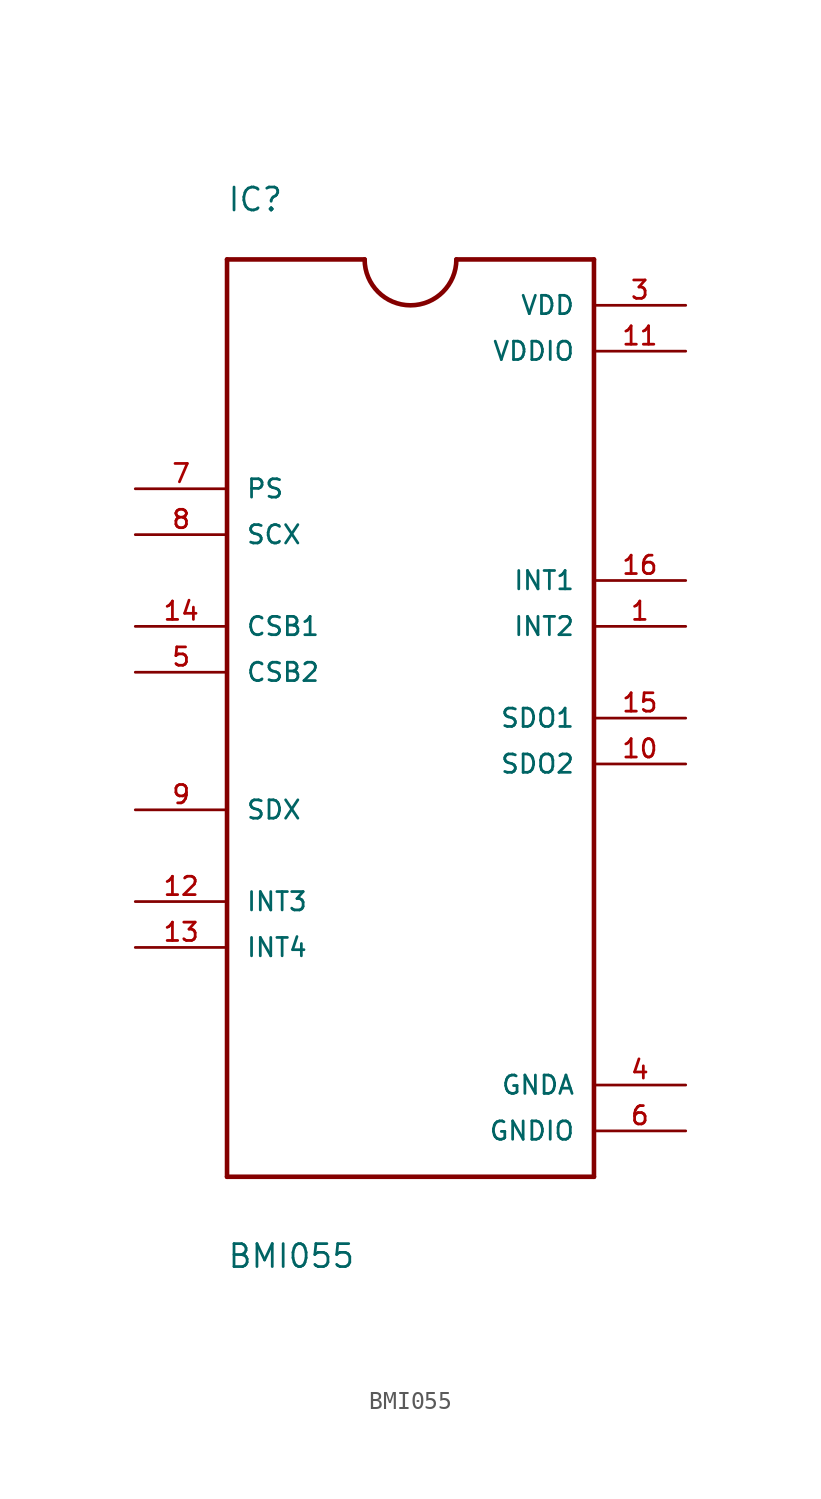
<source format=kicad_sym>
(kicad_symbol_lib
  (version 20211014)
  (generator kicad_symbol_editor)
  (symbol "BMI055"
    (pin_names
      (offset 1.016))
    (property "Reference" "IC"
      (at -10.175 22.895 0)
      (effects (font (size 1.27 1.27)) (justify bottom left)))
    (property "Value" "BMI055"
      (at -10.175 -35.614 0)
      (effects (font (size 1.27 1.27)) (justify bottom left)))
    (symbol "BMI055_0_0"
      (polyline (pts (xy 10.16 20.32) (xy 10.16 -30.48)) (stroke (width 0.254)))
      (polyline (pts (xy 10.16 -30.48) (xy -10.16 -30.48)) (stroke (width 0.254)))
      (polyline (pts (xy -10.16 -30.48) (xy -10.16 20.32)) (stroke (width 0.254)))
      (polyline (pts (xy -10.16 20.32) (xy -2.54 20.32)) (stroke (width 0.254)))
      (polyline (pts (xy 2.54 20.32) (xy 10.16 20.32)) (stroke (width 0.254)))
      (arc (start -2.54 20.32) (mid 0.0 17.78) (end 2.54 20.32) (stroke (width 0.254) (type default) (color 0 0 0 0)) (fill (type none)))
      (pin output line (at 15.24 0.0 180.0) (length 5.08) (name "INT2" (effects (font (size 1.016 1.016)))) (number "1" (effects (font (size 1.016 1.016)))))
      (pin power_in line (at 15.24 17.78 180.0) (length 5.08) (name "VDD" (effects (font (size 1.016 1.016)))) (number "3" (effects (font (size 1.016 1.016)))))
      (pin passive line (at 15.24 -25.4 180.0) (length 5.08) (name "GNDA" (effects (font (size 1.016 1.016)))) (number "4" (effects (font (size 1.016 1.016)))))
      (pin input line (at -15.24 -2.54 0) (length 5.08) (name "CSB2" (effects (font (size 1.016 1.016)))) (number "5" (effects (font (size 1.016 1.016)))))
      (pin passive line (at 15.24 -27.94 180.0) (length 5.08) (name "GNDIO" (effects (font (size 1.016 1.016)))) (number "6" (effects (font (size 1.016 1.016)))))
      (pin input line (at -15.24 7.62 0) (length 5.08) (name "PS" (effects (font (size 1.016 1.016)))) (number "7" (effects (font (size 1.016 1.016)))))
      (pin input line (at -15.24 5.08 0) (length 5.08) (name "SCX" (effects (font (size 1.016 1.016)))) (number "8" (effects (font (size 1.016 1.016)))))
      (pin bidirectional line (at -15.24 -10.16 0) (length 5.08) (name "SDX" (effects (font (size 1.016 1.016)))) (number "9" (effects (font (size 1.016 1.016)))))
      (pin output line (at 15.24 -7.62 180.0) (length 5.08) (name "SDO2" (effects (font (size 1.016 1.016)))) (number "10" (effects (font (size 1.016 1.016)))))
      (pin power_in line (at 15.24 15.24 180.0) (length 5.08) (name "VDDIO" (effects (font (size 1.016 1.016)))) (number "11" (effects (font (size 1.016 1.016)))))
      (pin bidirectional line (at -15.24 -15.24 0) (length 5.08) (name "INT3" (effects (font (size 1.016 1.016)))) (number "12" (effects (font (size 1.016 1.016)))))
      (pin bidirectional line (at -15.24 -17.78 0) (length 5.08) (name "INT4" (effects (font (size 1.016 1.016)))) (number "13" (effects (font (size 1.016 1.016)))))
      (pin input line (at -15.24 0.0 0) (length 5.08) (name "CSB1" (effects (font (size 1.016 1.016)))) (number "14" (effects (font (size 1.016 1.016)))))
      (pin output line (at 15.24 -5.08 180.0) (length 5.08) (name "SDO1" (effects (font (size 1.016 1.016)))) (number "15" (effects (font (size 1.016 1.016)))))
      (pin output line (at 15.24 2.54 180.0) (length 5.08) (name "INT1" (effects (font (size 1.016 1.016)))) (number "16" (effects (font (size 1.016 1.016))))))))
</source>
